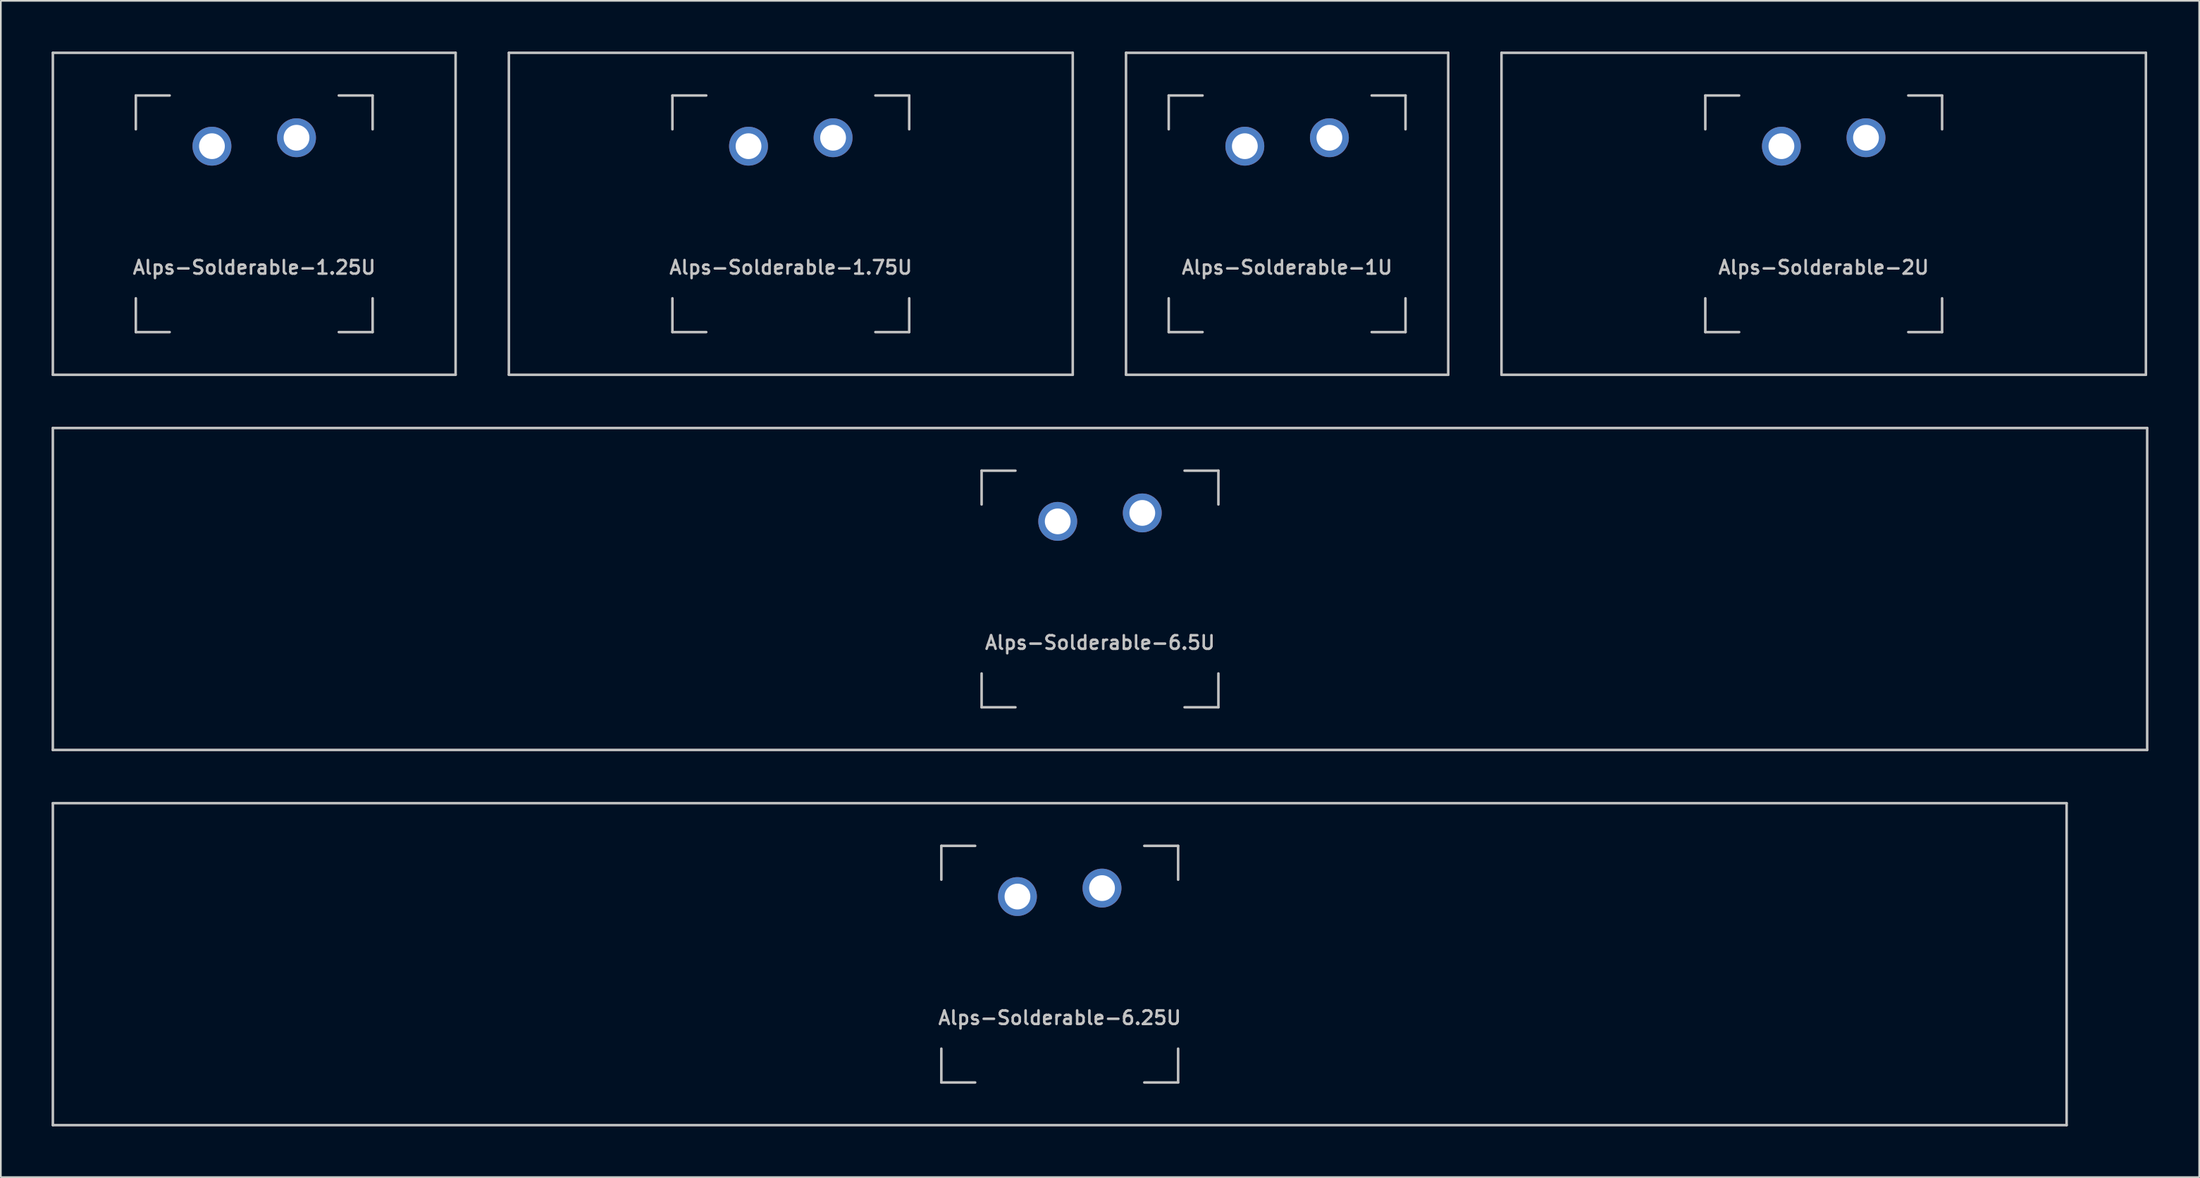
<source format=kicad_pcb>
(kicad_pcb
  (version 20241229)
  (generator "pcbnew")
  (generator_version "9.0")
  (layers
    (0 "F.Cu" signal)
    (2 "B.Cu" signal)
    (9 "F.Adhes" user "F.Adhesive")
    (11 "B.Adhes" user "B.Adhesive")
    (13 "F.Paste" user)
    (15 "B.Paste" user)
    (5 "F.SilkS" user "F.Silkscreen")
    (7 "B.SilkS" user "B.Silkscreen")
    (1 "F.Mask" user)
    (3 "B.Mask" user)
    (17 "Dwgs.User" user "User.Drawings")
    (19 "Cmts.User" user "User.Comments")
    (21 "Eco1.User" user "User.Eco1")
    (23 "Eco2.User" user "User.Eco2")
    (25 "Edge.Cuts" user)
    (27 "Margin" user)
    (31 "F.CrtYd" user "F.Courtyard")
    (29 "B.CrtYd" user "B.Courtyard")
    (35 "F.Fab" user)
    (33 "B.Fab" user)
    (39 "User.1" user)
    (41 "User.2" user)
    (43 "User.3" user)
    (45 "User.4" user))
  (footprint "Alps-Solderable-1.75U"
    (layer "F.Cu")
    (at 43.706 9.6)
    (property "Reference" "Alps-Solderable-1.75U" (at 0 3.175 0) (layer "Dwgs.User") (effects (font (size 0.8 0.8) (thickness 0.15))))
    (attr through_hole)
    (fp_line (start -16.669 9.525) (end -16.669 -9.525) (stroke (width 0.15) (type solid)) (layer "Dwgs.User"))
    (fp_line (start -7 -7) (end -7 -5) (stroke (width 0.15) (type solid)) (layer "Dwgs.User"))
    (fp_line (start -7 5) (end -7 7) (stroke (width 0.15) (type solid)) (layer "Dwgs.User"))
    (fp_line (start -7 7) (end -5 7) (stroke (width 0.15) (type solid)) (layer "Dwgs.User"))
    (fp_line (start -5 -7) (end -7 -7) (stroke (width 0.15) (type solid)) (layer "Dwgs.User"))
    (fp_line (start 5 -7) (end 7 -7) (stroke (width 0.15) (type solid)) (layer "Dwgs.User"))
    (fp_line (start 5 7) (end 7 7) (stroke (width 0.15) (type solid)) (layer "Dwgs.User"))
    (fp_line (start 7 -7) (end 7 -5) (stroke (width 0.15) (type solid)) (layer "Dwgs.User"))
    (fp_line (start 7 7) (end 7 5) (stroke (width 0.15) (type solid)) (layer "Dwgs.User"))
    (fp_line (start 16.669 -9.525) (end -16.669 -9.525) (stroke (width 0.15) (type solid)) (layer "Dwgs.User"))
    (fp_line (start 16.669 9.525) (end -16.669 9.525) (stroke (width 0.15) (type solid)) (layer "Dwgs.User"))
    (fp_line (start 16.669 9.525) (end 16.669 -9.525) (stroke (width 0.15) (type solid)) (layer "Dwgs.User"))
    (pad "1" thru_hole circle (at -2.5 -4) (size 2.3 2.3) (drill 1.524) (layers "*.Cu" "B.Mask"))
    (pad "2" thru_hole circle (at 2.5 -4.5) (size 2.3 2.3) (drill 1.524) (layers "*.Cu" "B.Mask")))
  (footprint "Alps-Solderable-6.5U"
    (layer "F.Cu")
    (at 61.987 31.8)
    (property "Reference" "Alps-Solderable-6.5U" (at 0 3.175 0) (layer "Dwgs.User") (effects (font (size 0.8 0.8) (thickness 0.15))))
    (attr through_hole)
    (fp_line (start -61.913 9.525) (end -61.913 -9.525) (stroke (width 0.15) (type solid)) (layer "Dwgs.User"))
    (fp_line (start -7 -7) (end -7 -5) (stroke (width 0.15) (type solid)) (layer "Dwgs.User"))
    (fp_line (start -7 5) (end -7 7) (stroke (width 0.15) (type solid)) (layer "Dwgs.User"))
    (fp_line (start -7 7) (end -5 7) (stroke (width 0.15) (type solid)) (layer "Dwgs.User"))
    (fp_line (start -5 -7) (end -7 -7) (stroke (width 0.15) (type solid)) (layer "Dwgs.User"))
    (fp_line (start 5 -7) (end 7 -7) (stroke (width 0.15) (type solid)) (layer "Dwgs.User"))
    (fp_line (start 5 7) (end 7 7) (stroke (width 0.15) (type solid)) (layer "Dwgs.User"))
    (fp_line (start 7 -7) (end 7 -5) (stroke (width 0.15) (type solid)) (layer "Dwgs.User"))
    (fp_line (start 7 7) (end 7 5) (stroke (width 0.15) (type solid)) (layer "Dwgs.User"))
    (fp_line (start 61.913 -9.525) (end -61.913 -9.525) (stroke (width 0.15) (type solid)) (layer "Dwgs.User"))
    (fp_line (start 61.913 9.525) (end -61.913 9.525) (stroke (width 0.15) (type solid)) (layer "Dwgs.User"))
    (fp_line (start 61.913 9.525) (end 61.913 -9.525) (stroke (width 0.15) (type solid)) (layer "Dwgs.User"))
    (pad "1" thru_hole circle (at -2.5 -4) (size 2.3 2.3) (drill 1.524) (layers "*.Cu" "B.Mask"))
    (pad "2" thru_hole circle (at 2.5 -4.5) (size 2.3 2.3) (drill 1.524) (layers "*.Cu" "B.Mask")))
  (footprint "Alps-Solderable-2U"
    (layer "F.Cu")
    (at 104.775 9.6)
    (property "Reference" "Alps-Solderable-2U" (at 0 3.175 0) (layer "Dwgs.User") (effects (font (size 0.8 0.8) (thickness 0.15))))
    (attr through_hole)
    (fp_line (start -19.05 9.525) (end -19.05 -9.525) (stroke (width 0.15) (type solid)) (layer "Dwgs.User"))
    (fp_line (start -7 -7) (end -7 -5) (stroke (width 0.15) (type solid)) (layer "Dwgs.User"))
    (fp_line (start -7 5) (end -7 7) (stroke (width 0.15) (type solid)) (layer "Dwgs.User"))
    (fp_line (start -7 7) (end -5 7) (stroke (width 0.15) (type solid)) (layer "Dwgs.User"))
    (fp_line (start -5 -7) (end -7 -7) (stroke (width 0.15) (type solid)) (layer "Dwgs.User"))
    (fp_line (start 5 -7) (end 7 -7) (stroke (width 0.15) (type solid)) (layer "Dwgs.User"))
    (fp_line (start 5 7) (end 7 7) (stroke (width 0.15) (type solid)) (layer "Dwgs.User"))
    (fp_line (start 7 -7) (end 7 -5) (stroke (width 0.15) (type solid)) (layer "Dwgs.User"))
    (fp_line (start 7 7) (end 7 5) (stroke (width 0.15) (type solid)) (layer "Dwgs.User"))
    (fp_line (start 19.05 -9.525) (end -19.05 -9.525) (stroke (width 0.15) (type solid)) (layer "Dwgs.User"))
    (fp_line (start 19.05 9.525) (end -19.05 9.525) (stroke (width 0.15) (type solid)) (layer "Dwgs.User"))
    (fp_line (start 19.05 9.525) (end 19.05 -9.525) (stroke (width 0.15) (type solid)) (layer "Dwgs.User"))
    (pad "1" thru_hole circle (at -2.5 -4) (size 2.3 2.3) (drill 1.524) (layers "*.Cu" "B.Mask"))
    (pad "2" thru_hole circle (at 2.5 -4.5) (size 2.3 2.3) (drill 1.524) (layers "*.Cu" "B.Mask")))
  (footprint "Alps-Solderable-1U"
    (layer "F.Cu")
    (at 73.05 9.6)
    (property "Reference" "Alps-Solderable-1U" (at 0 3.175 0) (layer "Dwgs.User") (effects (font (size 0.8 0.8) (thickness 0.15))))
    (attr through_hole)
    (fp_line (start -9.525 9.525) (end -9.525 -9.525) (stroke (width 0.15) (type solid)) (layer "Dwgs.User"))
    (fp_line (start -7 -7) (end -7 -5) (stroke (width 0.15) (type solid)) (layer "Dwgs.User"))
    (fp_line (start -7 5) (end -7 7) (stroke (width 0.15) (type solid)) (layer "Dwgs.User"))
    (fp_line (start -7 7) (end -5 7) (stroke (width 0.15) (type solid)) (layer "Dwgs.User"))
    (fp_line (start -5 -7) (end -7 -7) (stroke (width 0.15) (type solid)) (layer "Dwgs.User"))
    (fp_line (start 5 -7) (end 7 -7) (stroke (width 0.15) (type solid)) (layer "Dwgs.User"))
    (fp_line (start 5 7) (end 7 7) (stroke (width 0.15) (type solid)) (layer "Dwgs.User"))
    (fp_line (start 7 -7) (end 7 -5) (stroke (width 0.15) (type solid)) (layer "Dwgs.User"))
    (fp_line (start 7 7) (end 7 5) (stroke (width 0.15) (type solid)) (layer "Dwgs.User"))
    (fp_line (start 9.525 -9.525) (end -9.525 -9.525) (stroke (width 0.15) (type solid)) (layer "Dwgs.User"))
    (fp_line (start 9.525 9.525) (end -9.525 9.525) (stroke (width 0.15) (type solid)) (layer "Dwgs.User"))
    (fp_line (start 9.525 9.525) (end 9.525 -9.525) (stroke (width 0.15) (type solid)) (layer "Dwgs.User"))
    (pad "1" thru_hole circle (at -2.5 -4) (size 2.3 2.3) (drill 1.524) (layers "*.Cu" "B.Mask"))
    (pad "2" thru_hole circle (at 2.5 -4.5) (size 2.3 2.3) (drill 1.524) (layers "*.Cu" "B.Mask")))
  (footprint "Alps-Solderable-1.25U"
    (layer "F.Cu")
    (at 11.981 9.6)
    (property "Reference" "Alps-Solderable-1.25U" (at 0 3.175 0) (layer "Dwgs.User") (effects (font (size 0.8 0.8) (thickness 0.15))))
    (attr through_hole)
    (fp_line (start -11.906 9.525) (end -11.906 -9.525) (stroke (width 0.15) (type solid)) (layer "Dwgs.User"))
    (fp_line (start -7 -7) (end -7 -5) (stroke (width 0.15) (type solid)) (layer "Dwgs.User"))
    (fp_line (start -7 5) (end -7 7) (stroke (width 0.15) (type solid)) (layer "Dwgs.User"))
    (fp_line (start -7 7) (end -5 7) (stroke (width 0.15) (type solid)) (layer "Dwgs.User"))
    (fp_line (start -5 -7) (end -7 -7) (stroke (width 0.15) (type solid)) (layer "Dwgs.User"))
    (fp_line (start 5 -7) (end 7 -7) (stroke (width 0.15) (type solid)) (layer "Dwgs.User"))
    (fp_line (start 5 7) (end 7 7) (stroke (width 0.15) (type solid)) (layer "Dwgs.User"))
    (fp_line (start 7 -7) (end 7 -5) (stroke (width 0.15) (type solid)) (layer "Dwgs.User"))
    (fp_line (start 7 7) (end 7 5) (stroke (width 0.15) (type solid)) (layer "Dwgs.User"))
    (fp_line (start 11.906 -9.525) (end -11.906 -9.525) (stroke (width 0.15) (type solid)) (layer "Dwgs.User"))
    (fp_line (start 11.906 9.525) (end -11.906 9.525) (stroke (width 0.15) (type solid)) (layer "Dwgs.User"))
    (fp_line (start 11.906 9.525) (end 11.906 -9.525) (stroke (width 0.15) (type solid)) (layer "Dwgs.User"))
    (pad "1" thru_hole circle (at -2.5 -4) (size 2.3 2.3) (drill 1.524) (layers "*.Cu" "B.Mask"))
    (pad "2" thru_hole circle (at 2.5 -4.5) (size 2.3 2.3) (drill 1.524) (layers "*.Cu" "B.Mask")))
  (footprint "Alps-Solderable-6.25U"
    (layer "F.Cu")
    (at 59.606 54)
    (property "Reference" "Alps-Solderable-6.25U" (at 0 3.175 0) (layer "Dwgs.User") (effects (font (size 0.8 0.8) (thickness 0.15))))
    (attr through_hole)
    (fp_line (start -59.531 9.525) (end -59.531 -9.525) (stroke (width 0.15) (type solid)) (layer "Dwgs.User"))
    (fp_line (start -7 -7) (end -7 -5) (stroke (width 0.15) (type solid)) (layer "Dwgs.User"))
    (fp_line (start -7 5) (end -7 7) (stroke (width 0.15) (type solid)) (layer "Dwgs.User"))
    (fp_line (start -7 7) (end -5 7) (stroke (width 0.15) (type solid)) (layer "Dwgs.User"))
    (fp_line (start -5 -7) (end -7 -7) (stroke (width 0.15) (type solid)) (layer "Dwgs.User"))
    (fp_line (start 5 -7) (end 7 -7) (stroke (width 0.15) (type solid)) (layer "Dwgs.User"))
    (fp_line (start 5 7) (end 7 7) (stroke (width 0.15) (type solid)) (layer "Dwgs.User"))
    (fp_line (start 7 -7) (end 7 -5) (stroke (width 0.15) (type solid)) (layer "Dwgs.User"))
    (fp_line (start 7 7) (end 7 5) (stroke (width 0.15) (type solid)) (layer "Dwgs.User"))
    (fp_line (start 59.531 -9.525) (end -59.531 -9.525) (stroke (width 0.15) (type solid)) (layer "Dwgs.User"))
    (fp_line (start 59.531 9.525) (end -59.531 9.525) (stroke (width 0.15) (type solid)) (layer "Dwgs.User"))
    (fp_line (start 59.531 9.525) (end 59.531 -9.525) (stroke (width 0.15) (type solid)) (layer "Dwgs.User"))
    (pad "1" thru_hole circle (at -2.5 -4) (size 2.3 2.3) (drill 1.524) (layers "*.Cu" "B.Mask"))
    (pad "2" thru_hole circle (at 2.5 -4.5) (size 2.3 2.3) (drill 1.524) (layers "*.Cu" "B.Mask")))
  (gr_rect
    (start -3 -3)
    (end 126.975 66.6)
    (stroke (width 0.1) (type default))
    (fill no)
    (layer "Edge.Cuts")))
</source>
